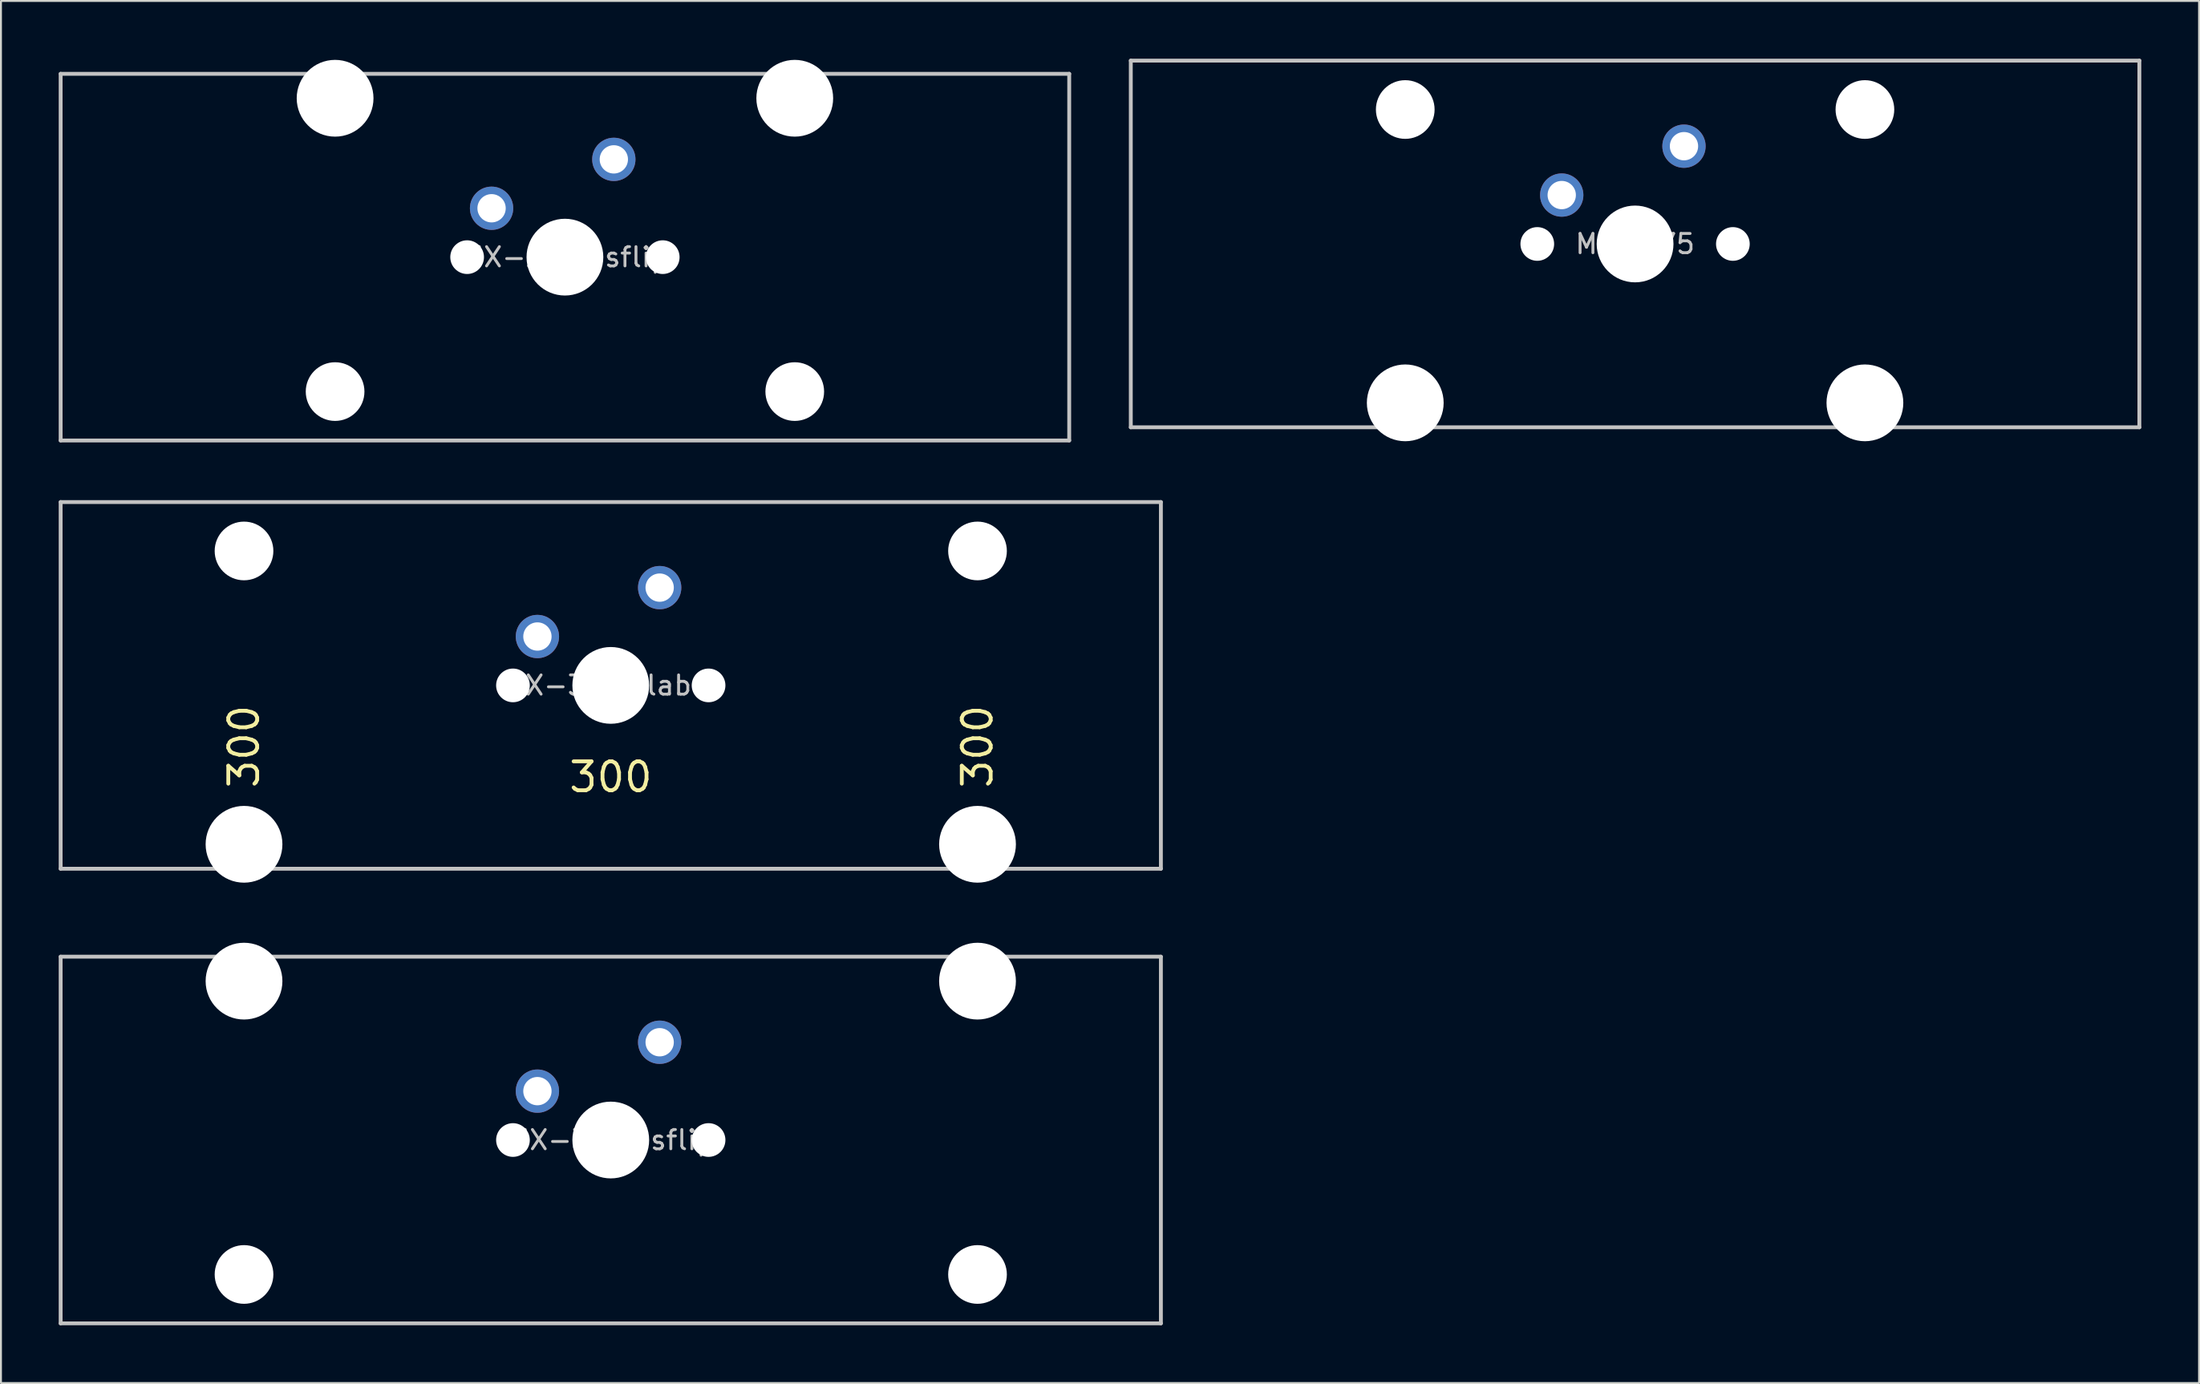
<source format=kicad_pcb>
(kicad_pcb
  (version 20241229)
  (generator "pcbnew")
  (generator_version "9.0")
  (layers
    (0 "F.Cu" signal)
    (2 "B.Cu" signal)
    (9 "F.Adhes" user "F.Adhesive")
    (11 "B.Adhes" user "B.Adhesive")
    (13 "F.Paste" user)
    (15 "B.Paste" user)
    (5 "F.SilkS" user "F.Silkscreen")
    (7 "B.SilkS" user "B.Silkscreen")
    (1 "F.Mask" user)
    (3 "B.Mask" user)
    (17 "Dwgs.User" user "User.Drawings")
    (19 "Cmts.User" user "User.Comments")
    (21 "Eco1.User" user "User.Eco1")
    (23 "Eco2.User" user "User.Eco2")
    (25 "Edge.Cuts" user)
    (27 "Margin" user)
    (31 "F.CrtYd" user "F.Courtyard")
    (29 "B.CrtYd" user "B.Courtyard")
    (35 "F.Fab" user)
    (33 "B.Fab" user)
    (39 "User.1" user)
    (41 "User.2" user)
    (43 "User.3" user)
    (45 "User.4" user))
  (footprint "MX-275-sflip"
    (layer "F.Cu")
    (at 26.294 10.31)
    (property "Reference" "MX-275-sflip" (at 0 0 0) (layer "Dwgs.User") (effects (font (size 1 1) (thickness 0.15))))
    (attr through_hole)
    (fp_line (start -26.194 -9.525) (end 26.194 -9.525) (stroke (width 0.2) (type solid)) (layer "Dwgs.User"))
    (fp_line (start -26.194 9.525) (end -26.194 -9.525) (stroke (width 0.2) (type solid)) (layer "Dwgs.User"))
    (fp_line (start -26.194 9.525) (end 26.194 9.525) (stroke (width 0.2) (type solid)) (layer "Dwgs.User"))
    (fp_line (start 26.194 -9.525) (end 26.194 9.525) (stroke (width 0.2) (type solid)) (layer "Dwgs.User"))
    (fp_line (start -15.368 -10.25) (end -15.368 8.95) (stroke (width 0.12) (type solid)) (layer "Eco1.User"))
    (fp_line (start -15.368 8.95) (end -8.508 8.95) (stroke (width 0.12) (type solid)) (layer "Eco1.User"))
    (fp_line (start -8.508 -7) (end -7 -7) (stroke (width 0.12) (type solid)) (layer "Eco1.User"))
    (fp_line (start -8.508 8.95) (end -8.508 -7) (stroke (width 0.12) (type solid)) (layer "Eco1.User"))
    (fp_line (start -7 7) (end -7 -7) (stroke (width 0.12) (type solid)) (layer "Eco1.User"))
    (fp_line (start 7 -7) (end 8.508 -7) (stroke (width 0.12) (type solid)) (layer "Eco1.User"))
    (fp_line (start 7 7) (end -7 7) (stroke (width 0.12) (type solid)) (layer "Eco1.User"))
    (fp_line (start 7 7) (end 7 -7) (stroke (width 0.12) (type solid)) (layer "Eco1.User"))
    (fp_line (start 8.508 -7) (end 8.508 8.95) (stroke (width 0.12) (type solid)) (layer "Eco1.User"))
    (fp_line (start 8.508 8.95) (end 15.368 8.95) (stroke (width 0.12) (type solid)) (layer "Eco1.User"))
    (fp_line (start 15.368 -10.25) (end -15.368 -10.25) (stroke (width 0.12) (type solid)) (layer "Eco1.User"))
    (fp_line (start 15.368 8.95) (end 15.368 -10.25) (stroke (width 0.12) (type solid)) (layer "Eco1.User"))
    (fp_circle (center -11.938 6.985) (end -14.438 6.985) (stroke (width 0.12) (type solid)) (fill no) (layer "Eco2.User"))
    (fp_circle (center 11.938 6.985) (end 9.438 6.985) (stroke (width 0.12) (type solid)) (fill no) (layer "Eco2.User"))
    (pad "" np_thru_hole circle (at -11.938 -8.255 180) (size 3.988 3.988) (drill 3.988) (layers "*.Cu" "*.Mask"))
    (pad "" np_thru_hole circle (at -11.938 6.985 180) (size 3.048 3.048) (drill 3.048) (layers "*.Cu" "*.Mask"))
    (pad "" np_thru_hole circle (at -5.08 0) (size 1.75 1.75) (drill 1.75) (layers "*.Cu" "*.Mask"))
    (pad "" np_thru_hole circle (at 0 0) (size 3.988 3.988) (drill 3.988) (layers "*.Cu" "*.Mask"))
    (pad "" np_thru_hole circle (at 5.08 0) (size 1.75 1.75) (drill 1.75) (layers "*.Cu" "*.Mask"))
    (pad "" np_thru_hole circle (at 11.938 -8.255 180) (size 3.988 3.988) (drill 3.988) (layers "*.Cu" "*.Mask"))
    (pad "" np_thru_hole circle (at 11.938 6.985 180) (size 3.048 3.048) (drill 3.048) (layers "*.Cu" "*.Mask"))
    (pad "1" thru_hole circle (at 2.54 -5.08) (size 2.25 2.25) (drill 1.47) (layers "*.Cu" "B.Mask"))
    (pad "2" thru_hole circle (at -3.81 -2.54) (size 2.25 2.25) (drill 1.47) (layers "*.Cu" "B.Mask")))
  (footprint "MX-275"
    (layer "F.Cu")
    (at 81.881 9.625)
    (property "Reference" "MX-275" (at 0 0 0) (layer "Dwgs.User") (effects (font (size 1 1) (thickness 0.15))))
    (attr through_hole)
    (fp_line (start -26.194 9.525) (end -26.194 -9.525) (stroke (width 0.2) (type solid)) (layer "Dwgs.User"))
    (fp_line (start 26.194 -9.525) (end -26.194 -9.525) (stroke (width 0.2) (type solid)) (layer "Dwgs.User"))
    (fp_line (start 26.194 -9.525) (end 26.194 9.525) (stroke (width 0.2) (type solid)) (layer "Dwgs.User"))
    (fp_line (start 26.194 9.525) (end -26.194 9.525) (stroke (width 0.2) (type solid)) (layer "Dwgs.User"))
    (fp_line (start -15.368 -8.95) (end -15.368 10.25) (stroke (width 0.12) (type solid)) (layer "Eco1.User"))
    (fp_line (start -15.368 10.25) (end 15.368 10.25) (stroke (width 0.12) (type solid)) (layer "Eco1.User"))
    (fp_line (start -8.508 -8.95) (end -15.368 -8.95) (stroke (width 0.12) (type solid)) (layer "Eco1.User"))
    (fp_line (start -8.508 7) (end -8.508 -8.95) (stroke (width 0.12) (type solid)) (layer "Eco1.User"))
    (fp_line (start -7 -7) (end -7 7) (stroke (width 0.12) (type solid)) (layer "Eco1.User"))
    (fp_line (start -7 -7) (end 7 -7) (stroke (width 0.12) (type solid)) (layer "Eco1.User"))
    (fp_line (start -7 7) (end -8.508 7) (stroke (width 0.12) (type solid)) (layer "Eco1.User"))
    (fp_line (start 7 -7) (end 7 7) (stroke (width 0.12) (type solid)) (layer "Eco1.User"))
    (fp_line (start 8.508 -8.95) (end 8.508 7) (stroke (width 0.12) (type solid)) (layer "Eco1.User"))
    (fp_line (start 8.508 7) (end 7 7) (stroke (width 0.12) (type solid)) (layer "Eco1.User"))
    (fp_line (start 15.368 -8.95) (end 8.508 -8.95) (stroke (width 0.12) (type solid)) (layer "Eco1.User"))
    (fp_line (start 15.368 10.25) (end 15.368 -8.95) (stroke (width 0.12) (type solid)) (layer "Eco1.User"))
    (fp_circle (center -11.938 -6.985) (end -9.438 -6.985) (stroke (width 0.12) (type solid)) (fill no) (layer "Eco2.User"))
    (fp_circle (center 11.938 -6.985) (end 14.438 -6.985) (stroke (width 0.12) (type solid)) (fill no) (layer "Eco2.User"))
    (pad "" np_thru_hole circle (at -11.938 -6.985) (size 3.048 3.048) (drill 3.048) (layers "*.Cu" "*.Mask"))
    (pad "" np_thru_hole circle (at -11.938 8.255) (size 3.988 3.988) (drill 3.988) (layers "*.Cu" "*.Mask"))
    (pad "" np_thru_hole circle (at -5.08 0) (size 1.75 1.75) (drill 1.75) (layers "*.Cu" "*.Mask"))
    (pad "" np_thru_hole circle (at 0 0) (size 3.988 3.988) (drill 3.988) (layers "*.Cu" "*.Mask"))
    (pad "" np_thru_hole circle (at 5.08 0) (size 1.75 1.75) (drill 1.75) (layers "*.Cu" "*.Mask"))
    (pad "" np_thru_hole circle (at 11.938 -6.985) (size 3.048 3.048) (drill 3.048) (layers "*.Cu" "*.Mask"))
    (pad "" np_thru_hole circle (at 11.938 8.255) (size 3.988 3.988) (drill 3.988) (layers "*.Cu" "*.Mask"))
    (pad "1" thru_hole circle (at 2.54 -5.08) (size 2.25 2.25) (drill 1.47) (layers "*.Cu" "B.Mask"))
    (pad "2" thru_hole circle (at -3.81 -2.54) (size 2.25 2.25) (drill 1.47) (layers "*.Cu" "B.Mask")))
  (footprint "MX-300-label"
    (layer "F.Cu")
    (at 28.675 32.56)
    (property "Reference" "MX-300-label" (at 0 0 0) (layer "Dwgs.User") (effects (font (size 1 1) (thickness 0.15))))
    (attr through_hole)
    (fp_line (start -28.575 9.525) (end -28.575 -9.525) (stroke (width 0.2) (type solid)) (layer "Dwgs.User"))
    (fp_line (start 28.575 -9.525) (end -28.575 -9.525) (stroke (width 0.2) (type solid)) (layer "Dwgs.User"))
    (fp_line (start 28.575 -9.525) (end 28.575 9.525) (stroke (width 0.2) (type solid)) (layer "Dwgs.User"))
    (fp_line (start 28.575 9.525) (end -28.575 9.525) (stroke (width 0.2) (type solid)) (layer "Dwgs.User"))
    (fp_line (start -22.48 -8.95) (end -22.48 10.25) (stroke (width 0.12) (type solid)) (layer "Eco1.User"))
    (fp_line (start -22.48 10.25) (end 22.48 10.25) (stroke (width 0.12) (type solid)) (layer "Eco1.User"))
    (fp_line (start -15.62 -8.95) (end -22.48 -8.95) (stroke (width 0.12) (type solid)) (layer "Eco1.User"))
    (fp_line (start -15.62 7) (end -15.62 -8.95) (stroke (width 0.12) (type solid)) (layer "Eco1.User"))
    (fp_line (start -7 -7) (end -7 7) (stroke (width 0.12) (type solid)) (layer "Eco1.User"))
    (fp_line (start -7 -7) (end 7 -7) (stroke (width 0.12) (type solid)) (layer "Eco1.User"))
    (fp_line (start -7 7) (end -15.62 7) (stroke (width 0.12) (type solid)) (layer "Eco1.User"))
    (fp_line (start 7 -7) (end 7 7) (stroke (width 0.12) (type solid)) (layer "Eco1.User"))
    (fp_line (start 15.62 -8.95) (end 15.62 7) (stroke (width 0.12) (type solid)) (layer "Eco1.User"))
    (fp_line (start 15.62 7) (end 7 7) (stroke (width 0.12) (type solid)) (layer "Eco1.User"))
    (fp_line (start 22.48 -8.95) (end 15.62 -8.95) (stroke (width 0.12) (type solid)) (layer "Eco1.User"))
    (fp_line (start 22.48 10.25) (end 22.48 -8.95) (stroke (width 0.12) (type solid)) (layer "Eco1.User"))
    (fp_circle (center -19.05 -6.985) (end -16.55 -6.985) (stroke (width 0.12) (type solid)) (fill no) (layer "Eco2.User"))
    (fp_circle (center 19.05 -6.985) (end 21.55 -6.985) (stroke (width 0.12) (type solid)) (fill no) (layer "Eco2.User"))
    (fp_text user "300" (at 19.05 3.175 90) (layer "F.SilkS") (effects (font (size 1.5 1.5) (thickness 0.2))))
    (fp_text user "300" (at 0 4.763 0) (layer "F.SilkS") (effects (font (size 1.5 1.5) (thickness 0.2))))
    (fp_text user "300" (at -19.05 3.175 90) (layer "F.SilkS") (effects (font (size 1.5 1.5) (thickness 0.2))))
    (pad "" np_thru_hole circle (at -19.05 -6.985) (size 3.048 3.048) (drill 3.048) (layers "*.Cu" "*.Mask"))
    (pad "" np_thru_hole circle (at -19.05 8.255) (size 3.988 3.988) (drill 3.988) (layers "*.Cu" "*.Mask"))
    (pad "" np_thru_hole circle (at -5.08 0) (size 1.75 1.75) (drill 1.75) (layers "*.Cu" "*.Mask"))
    (pad "" np_thru_hole circle (at 0 0) (size 3.988 3.988) (drill 3.988) (layers "*.Cu" "*.Mask"))
    (pad "" np_thru_hole circle (at 5.08 0) (size 1.75 1.75) (drill 1.75) (layers "*.Cu" "*.Mask"))
    (pad "" np_thru_hole circle (at 19.05 -6.985) (size 3.048 3.048) (drill 3.048) (layers "*.Cu" "*.Mask"))
    (pad "" np_thru_hole circle (at 19.05 8.255) (size 3.988 3.988) (drill 3.988) (layers "*.Cu" "*.Mask"))
    (pad "1" thru_hole circle (at 2.54 -5.08) (size 2.25 2.25) (drill 1.47) (layers "*.Cu" "B.Mask"))
    (pad "2" thru_hole circle (at -3.81 -2.54) (size 2.25 2.25) (drill 1.47) (layers "*.Cu" "B.Mask")))
  (footprint "MX-300-sflip"
    (layer "F.Cu")
    (at 28.675 56.18)
    (property "Reference" "MX-300-sflip" (at 0 0 0) (layer "Dwgs.User") (effects (font (size 1 1) (thickness 0.15))))
    (attr through_hole)
    (fp_line (start -28.575 -9.525) (end 28.575 -9.525) (stroke (width 0.2) (type solid)) (layer "Dwgs.User"))
    (fp_line (start -28.575 9.525) (end -28.575 -9.525) (stroke (width 0.2) (type solid)) (layer "Dwgs.User"))
    (fp_line (start -28.575 9.525) (end 28.575 9.525) (stroke (width 0.2) (type solid)) (layer "Dwgs.User"))
    (fp_line (start 28.575 -9.525) (end 28.575 9.525) (stroke (width 0.2) (type solid)) (layer "Dwgs.User"))
    (fp_line (start -22.48 -10.25) (end -22.48 8.95) (stroke (width 0.12) (type solid)) (layer "Eco1.User"))
    (fp_line (start -22.48 8.95) (end -15.62 8.95) (stroke (width 0.12) (type solid)) (layer "Eco1.User"))
    (fp_line (start -15.62 -7) (end -7 -7) (stroke (width 0.12) (type solid)) (layer "Eco1.User"))
    (fp_line (start -15.62 8.95) (end -15.62 -7) (stroke (width 0.12) (type solid)) (layer "Eco1.User"))
    (fp_line (start -7 7) (end -7 -7) (stroke (width 0.12) (type solid)) (layer "Eco1.User"))
    (fp_line (start 7 -7) (end 15.62 -7) (stroke (width 0.12) (type solid)) (layer "Eco1.User"))
    (fp_line (start 7 7) (end -7 7) (stroke (width 0.12) (type solid)) (layer "Eco1.User"))
    (fp_line (start 7 7) (end 7 -7) (stroke (width 0.12) (type solid)) (layer "Eco1.User"))
    (fp_line (start 15.62 -7) (end 15.62 8.95) (stroke (width 0.12) (type solid)) (layer "Eco1.User"))
    (fp_line (start 15.62 8.95) (end 22.48 8.95) (stroke (width 0.12) (type solid)) (layer "Eco1.User"))
    (fp_line (start 22.48 -10.25) (end -22.48 -10.25) (stroke (width 0.12) (type solid)) (layer "Eco1.User"))
    (fp_line (start 22.48 8.95) (end 22.48 -10.25) (stroke (width 0.12) (type solid)) (layer "Eco1.User"))
    (fp_circle (center -19.05 6.985) (end -21.55 6.985) (stroke (width 0.12) (type solid)) (fill no) (layer "Eco2.User"))
    (fp_circle (center 19.05 6.985) (end 16.55 6.985) (stroke (width 0.12) (type solid)) (fill no) (layer "Eco2.User"))
    (pad "" np_thru_hole circle (at -19.05 -8.255 180) (size 3.988 3.988) (drill 3.988) (layers "*.Cu" "*.Mask"))
    (pad "" np_thru_hole circle (at -19.05 6.985 180) (size 3.048 3.048) (drill 3.048) (layers "*.Cu" "*.Mask"))
    (pad "" np_thru_hole circle (at -5.08 0) (size 1.75 1.75) (drill 1.75) (layers "*.Cu" "*.Mask"))
    (pad "" np_thru_hole circle (at 0 0) (size 3.988 3.988) (drill 3.988) (layers "*.Cu" "*.Mask"))
    (pad "" np_thru_hole circle (at 5.08 0) (size 1.75 1.75) (drill 1.75) (layers "*.Cu" "*.Mask"))
    (pad "" np_thru_hole circle (at 19.05 -8.255 180) (size 3.988 3.988) (drill 3.988) (layers "*.Cu" "*.Mask"))
    (pad "" np_thru_hole circle (at 19.05 6.985 180) (size 3.048 3.048) (drill 3.048) (layers "*.Cu" "*.Mask"))
    (pad "1" thru_hole circle (at 2.54 -5.08) (size 2.25 2.25) (drill 1.47) (layers "*.Cu" "B.Mask"))
    (pad "2" thru_hole circle (at -3.81 -2.54) (size 2.25 2.25) (drill 1.47) (layers "*.Cu" "B.Mask")))
  (gr_rect
    (start -3 -3)
    (end 111.175 68.805)
    (stroke (width 0.1) (type default))
    (fill no)
    (layer "Edge.Cuts")))
</source>
